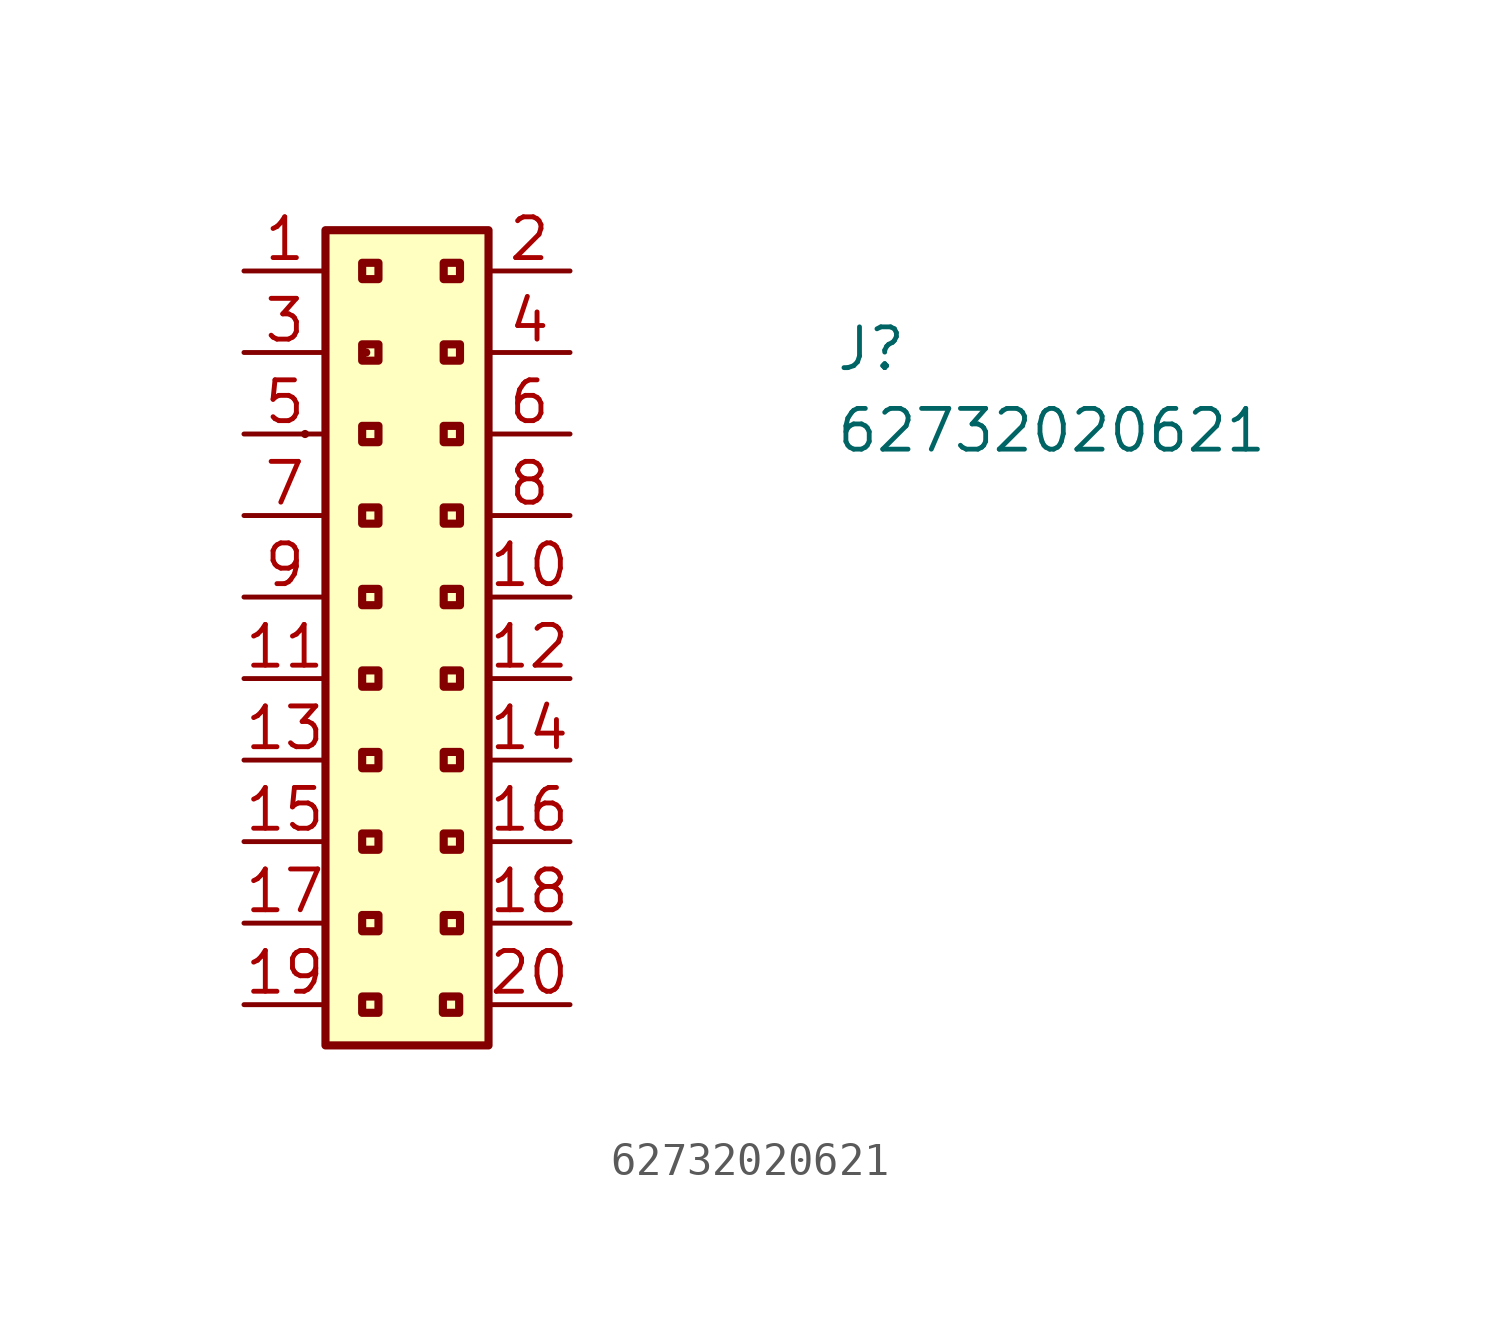
<source format=kicad_sym>
(kicad_symbol_lib
  (version 20211014)
  (generator kicad_symbol_editor)
  (symbol "62732020621"
    (property "Reference" "J"
      (at 18.415 -3.175 0)
      (effects (font (size 1.27 1.27) (thickness 0.15)) (justify left bottom)))
    (property "Value" "62732020621"
      (at 18.415 -5.715 0)
      (effects (font (size 1.27 1.27) (thickness 0.15)) (justify left bottom)))
    (symbol "62732020621_1_1"
      (rectangle (start 1.905 -5.08) (end 1.905 -5.08) (stroke (width 0.254) (type default) (color 0 0 0 0)) (fill (type background)))
      (rectangle (start 2.54 1.27) (end 7.62 -24.13) (stroke (width 0.254) (type default) (color 0 0 0 0)) (fill (type background)))
      (rectangle (start 3.81 -2.54) (end 3.81 -2.54) (stroke (width 0.254) (type default) (color 0 0 0 0)) (fill (type background)))
      (rectangle (start 4.191 -23.114) (end 3.683 -22.606) (stroke (width 0.254) (type default) (color 0 0 0 0)) (fill (type background)))
      (rectangle (start 4.191 -20.574) (end 3.683 -20.066) (stroke (width 0.254) (type default) (color 0 0 0 0)) (fill (type background)))
      (rectangle (start 4.191 -18.034) (end 3.683 -17.526) (stroke (width 0.254) (type default) (color 0 0 0 0)) (fill (type background)))
      (rectangle (start 4.191 -15.494) (end 3.683 -14.986) (stroke (width 0.254) (type default) (color 0 0 0 0)) (fill (type background)))
      (rectangle (start 4.191 -12.954) (end 3.683 -12.446) (stroke (width 0.254) (type default) (color 0 0 0 0)) (fill (type background)))
      (rectangle (start 4.191 -10.414) (end 3.683 -9.906) (stroke (width 0.254) (type default) (color 0 0 0 0)) (fill (type background)))
      (rectangle (start 4.191 -7.874) (end 3.683 -7.366) (stroke (width 0.254) (type default) (color 0 0 0 0)) (fill (type background)))
      (rectangle (start 4.191 -5.334) (end 3.683 -4.826) (stroke (width 0.254) (type default) (color 0 0 0 0)) (fill (type background)))
      (rectangle (start 4.191 -2.794) (end 3.683 -2.286) (stroke (width 0.254) (type default) (color 0 0 0 0)) (fill (type background)))
      (rectangle (start 4.191 -0.254) (end 3.683 0.254) (stroke (width 0.254) (type default) (color 0 0 0 0)) (fill (type background)))
      (rectangle (start 6.706 -23.114) (end 6.198 -22.606) (stroke (width 0.254) (type default) (color 0 0 0 0)) (fill (type background)))
      (rectangle (start 6.731 -20.574) (end 6.223 -20.066) (stroke (width 0.254) (type default) (color 0 0 0 0)) (fill (type background)))
      (rectangle (start 6.731 -18.034) (end 6.223 -17.526) (stroke (width 0.254) (type default) (color 0 0 0 0)) (fill (type background)))
      (rectangle (start 6.731 -15.494) (end 6.223 -14.986) (stroke (width 0.254) (type default) (color 0 0 0 0)) (fill (type background)))
      (rectangle (start 6.731 -12.954) (end 6.223 -12.446) (stroke (width 0.254) (type default) (color 0 0 0 0)) (fill (type background)))
      (rectangle (start 6.731 -10.414) (end 6.223 -9.906) (stroke (width 0.254) (type default) (color 0 0 0 0)) (fill (type background)))
      (rectangle (start 6.731 -7.874) (end 6.223 -7.366) (stroke (width 0.254) (type default) (color 0 0 0 0)) (fill (type background)))
      (rectangle (start 6.731 -5.334) (end 6.223 -4.826) (stroke (width 0.254) (type default) (color 0 0 0 0)) (fill (type background)))
      (rectangle (start 6.731 -2.794) (end 6.223 -2.286) (stroke (width 0.254) (type default) (color 0 0 0 0)) (fill (type background)))
      (rectangle (start 6.731 -0.254) (end 6.223 0.254) (stroke (width 0.254) (type default) (color 0 0 0 0)) (fill (type background)))
      (pin passive line (at 0 0 0) (length 2.54) (name "~" (effects (font (size 1.27 1.27)))) (number "1" (effects (font (size 1.27 1.27)))))
      (pin passive line (at 10.16 -10.16 180) (length 2.54) (name "~" (effects (font (size 1.27 1.27)))) (number "10" (effects (font (size 1.27 1.27)))))
      (pin passive line (at 0 -12.7 0) (length 2.54) (name "~" (effects (font (size 1.27 1.27)))) (number "11" (effects (font (size 1.27 1.27)))))
      (pin passive line (at 10.16 -12.7 180) (length 2.54) (name "~" (effects (font (size 1.27 1.27)))) (number "12" (effects (font (size 1.27 1.27)))))
      (pin passive line (at 0 -15.24 0) (length 2.54) (name "~" (effects (font (size 1.27 1.27)))) (number "13" (effects (font (size 1.27 1.27)))))
      (pin passive line (at 10.16 -15.24 180) (length 2.54) (name "~" (effects (font (size 1.27 1.27)))) (number "14" (effects (font (size 1.27 1.27)))))
      (pin passive line (at 0 -17.78 0) (length 2.54) (name "~" (effects (font (size 1.27 1.27)))) (number "15" (effects (font (size 1.27 1.27)))))
      (pin passive line (at 10.16 -17.78 180) (length 2.54) (name "~" (effects (font (size 1.27 1.27)))) (number "16" (effects (font (size 1.27 1.27)))))
      (pin passive line (at 0 -20.32 0) (length 2.54) (name "~" (effects (font (size 1.27 1.27)))) (number "17" (effects (font (size 1.27 1.27)))))
      (pin passive line (at 10.16 -20.32 180) (length 2.54) (name "~" (effects (font (size 1.27 1.27)))) (number "18" (effects (font (size 1.27 1.27)))))
      (pin passive line (at 0 -22.86 0) (length 2.54) (name "~" (effects (font (size 1.27 1.27)))) (number "19" (effects (font (size 1.27 1.27)))))
      (pin passive line (at 10.16 0 180) (length 2.54) (name "~" (effects (font (size 1.27 1.27)))) (number "2" (effects (font (size 1.27 1.27)))))
      (pin passive line (at 10.16 -22.86 180) (length 2.54) (name "~" (effects (font (size 1.27 1.27)))) (number "20" (effects (font (size 1.27 1.27)))))
      (pin passive line (at 0 -2.54 0) (length 2.54) (name "~" (effects (font (size 1.27 1.27)))) (number "3" (effects (font (size 1.27 1.27)))))
      (pin passive line (at 10.16 -2.54 180) (length 2.54) (name "~" (effects (font (size 1.27 1.27)))) (number "4" (effects (font (size 1.27 1.27)))))
      (pin passive line (at 0 -5.08 0) (length 2.54) (name "~" (effects (font (size 1.27 1.27)))) (number "5" (effects (font (size 1.27 1.27)))))
      (pin passive line (at 10.16 -5.08 180) (length 2.54) (name "~" (effects (font (size 1.27 1.27)))) (number "6" (effects (font (size 1.27 1.27)))))
      (pin passive line (at 0 -7.62 0) (length 2.54) (name "~" (effects (font (size 1.27 1.27)))) (number "7" (effects (font (size 1.27 1.27)))))
      (pin passive line (at 10.16 -7.62 180) (length 2.54) (name "~" (effects (font (size 1.27 1.27)))) (number "8" (effects (font (size 1.27 1.27)))))
      (pin passive line (at 0 -10.16 0) (length 2.54) (name "~" (effects (font (size 1.27 1.27)))) (number "9" (effects (font (size 1.27 1.27))))))))
</source>
